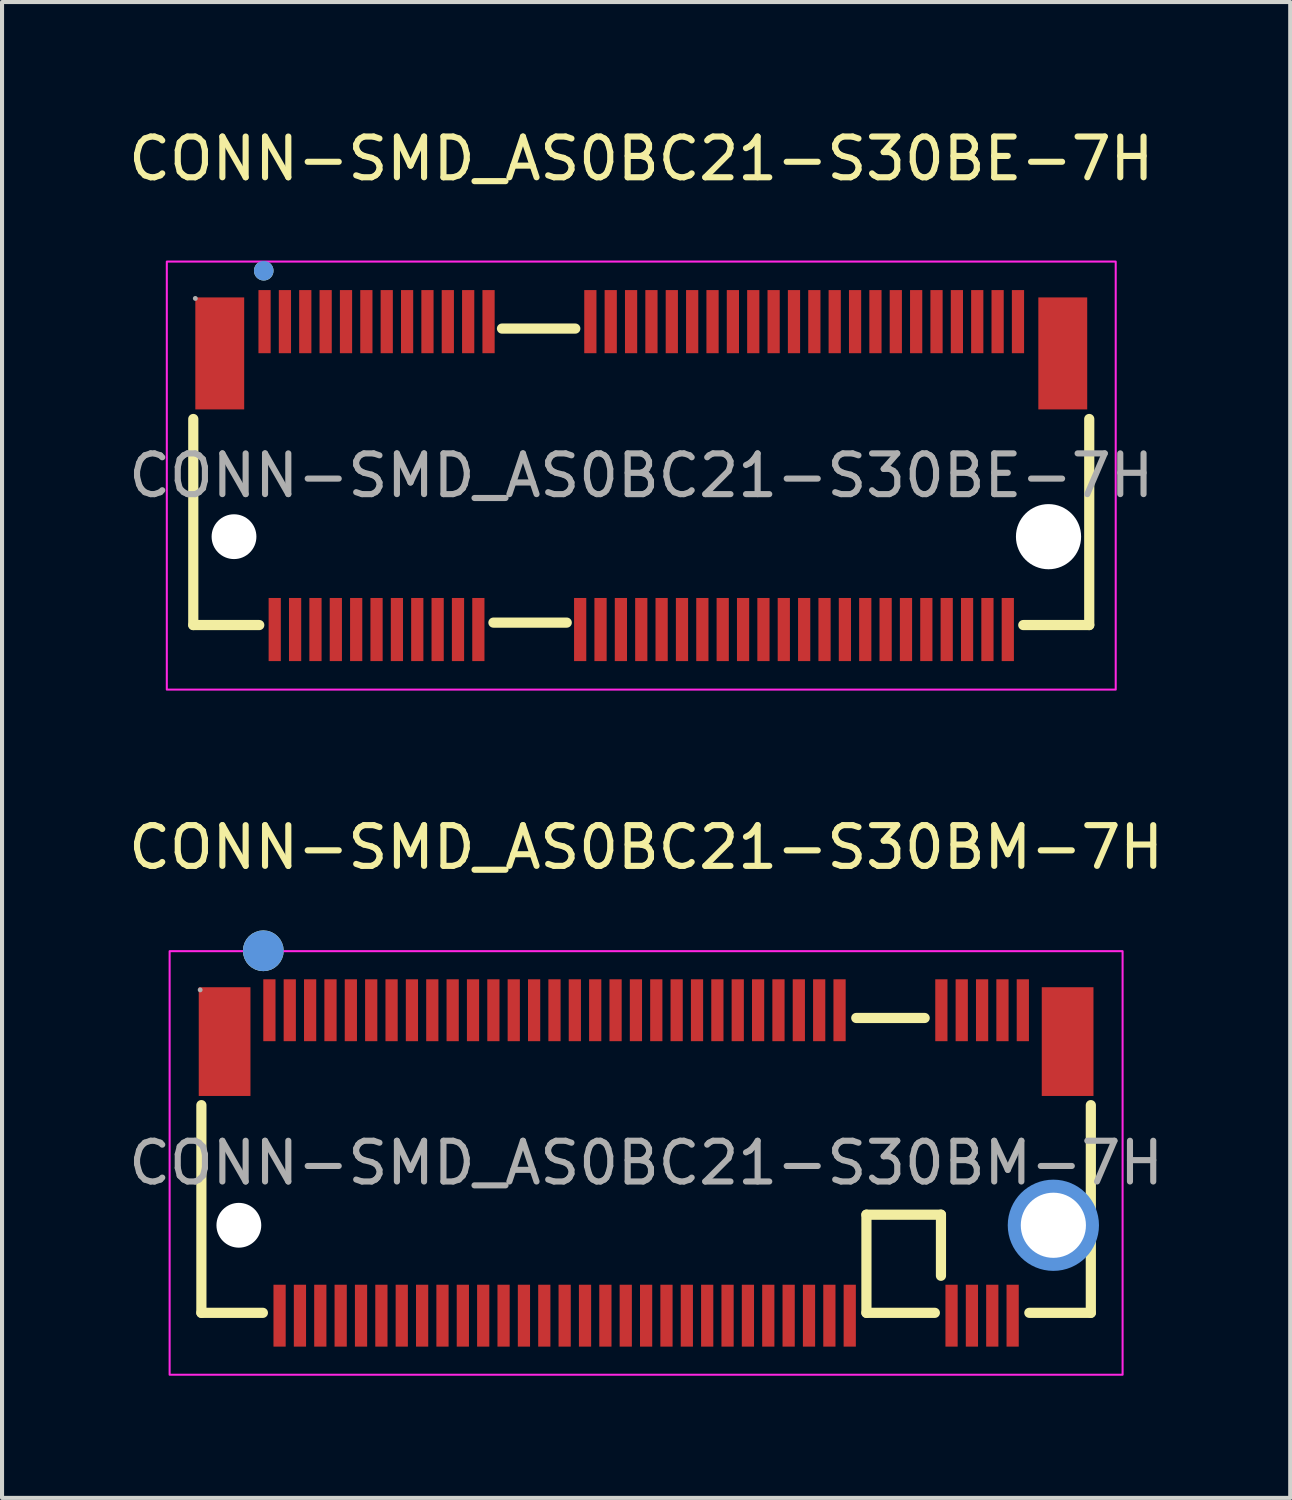
<source format=kicad_pcb>
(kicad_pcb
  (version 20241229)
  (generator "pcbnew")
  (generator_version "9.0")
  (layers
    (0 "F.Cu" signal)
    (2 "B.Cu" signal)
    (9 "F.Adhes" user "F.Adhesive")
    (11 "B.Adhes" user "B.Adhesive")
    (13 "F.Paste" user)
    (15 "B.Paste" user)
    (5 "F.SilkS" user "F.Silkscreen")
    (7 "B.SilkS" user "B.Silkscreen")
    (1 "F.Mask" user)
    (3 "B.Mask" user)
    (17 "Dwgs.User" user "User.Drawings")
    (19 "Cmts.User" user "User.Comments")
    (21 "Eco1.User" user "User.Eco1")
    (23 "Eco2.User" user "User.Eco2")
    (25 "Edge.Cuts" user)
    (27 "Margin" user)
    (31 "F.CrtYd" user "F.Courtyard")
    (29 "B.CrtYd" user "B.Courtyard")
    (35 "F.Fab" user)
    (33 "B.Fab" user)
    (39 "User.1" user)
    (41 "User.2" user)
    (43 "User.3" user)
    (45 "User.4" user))
  (footprint "CONN-SMD_AS0BC21-S30BM-7H"
    (layer "F.Cu")
    (at 12.815 25.506)
    (property "Reference" "CONN-SMD_AS0BC21-S30BM-7H" (at 0 -7.75 0) (layer "F.SilkS") (effects (font (size 1 1) (thickness 0.15))))
    (attr smd)
    (fp_line (start -10.92 3.68) (end -10.92 -1.42) (stroke (width 0.25) (type solid)) (layer "F.SilkS"))
    (fp_line (start -10.92 3.68) (end -9.41 3.68) (stroke (width 0.25) (type solid)) (layer "F.SilkS"))
    (fp_line (start 5.16 -3.56) (end 6.84 -3.56) (stroke (width 0.25) (type solid)) (layer "F.SilkS"))
    (fp_line (start 5.41 1.27) (end 7.24 1.27) (stroke (width 0.25) (type solid)) (layer "F.SilkS"))
    (fp_line (start 5.41 3.68) (end 5.41 1.27) (stroke (width 0.25) (type solid)) (layer "F.SilkS"))
    (fp_line (start 5.41 3.68) (end 7.09 3.68) (stroke (width 0.25) (type solid)) (layer "F.SilkS"))
    (fp_line (start 7.24 1.27) (end 7.24 2.77) (stroke (width 0.25) (type solid)) (layer "F.SilkS"))
    (fp_line (start 9.41 3.68) (end 10.92 3.68) (stroke (width 0.25) (type solid)) (layer "F.SilkS"))
    (fp_line (start 10.92 1.16) (end 10.92 -1.42) (stroke (width 0.25) (type solid)) (layer "F.SilkS"))
    (fp_line (start 10.92 3.68) (end 10.92 1.88) (stroke (width 0.25) (type solid)) (layer "F.SilkS"))
    (fp_circle (center -9.4 -5.21) (end -9.15 -5.21) (stroke (width 0.5) (type solid)) (fill no) (layer "F.SilkS"))
    (fp_circle (center -10.03 1.52) (end -9.78 1.52) (stroke (width 0.5) (type solid)) (fill no) (layer "Cmts.User"))
    (fp_circle (center -9.4 -5.21) (end -9.15 -5.21) (stroke (width 0.5) (type solid)) (fill no) (layer "Cmts.User"))
    (fp_circle (center 10 1.53) (end 10.37 1.53) (stroke (width 0.75) (type solid)) (fill no) (layer "Cmts.User"))
    (fp_rect (start -11.7 5.2) (end 11.7 -5.2) (stroke (width 0.05) (type default)) (fill no) (layer "F.CrtYd"))
    (fp_circle (center -10.95 -4.25) (end -10.92 -4.25) (stroke (width 0.06) (type solid)) (fill no) (layer "F.Fab"))
    (fp_text user "${REFERENCE}" (at 0 0 0) (layer "F.Fab") (effects (font (size 1 1) (thickness 0.15))))
    (pad "" np_thru_hole circle (at -10 1.53) (size 1.1 1.1) (drill 1.1) (layers "*.Cu" "*.Mask"))
    (pad "" np_thru_hole circle (at 10 1.53) (size 1.6 1.6) (drill 1.6) (layers "*.Cu" "*.Mask"))
    (pad "1" smd rect (at -9.25 -3.75 180) (size 0.3 1.52) (layers "F.Cu" "F.Mask" "F.Paste"))
    (pad "2" smd rect (at -9 3.75 180) (size 0.3 1.52) (layers "F.Cu" "F.Mask" "F.Paste"))
    (pad "3" smd rect (at -8.75 -3.75 180) (size 0.3 1.52) (layers "F.Cu" "F.Mask" "F.Paste"))
    (pad "4" smd rect (at -8.5 3.75 180) (size 0.3 1.52) (layers "F.Cu" "F.Mask" "F.Paste"))
    (pad "5" smd rect (at -8.25 -3.75 180) (size 0.3 1.52) (layers "F.Cu" "F.Mask" "F.Paste"))
    (pad "6" smd rect (at -8 3.75 180) (size 0.3 1.52) (layers "F.Cu" "F.Mask" "F.Paste"))
    (pad "7" smd rect (at -7.75 -3.75 180) (size 0.3 1.52) (layers "F.Cu" "F.Mask" "F.Paste"))
    (pad "8" smd rect (at -7.5 3.75 180) (size 0.3 1.52) (layers "F.Cu" "F.Mask" "F.Paste"))
    (pad "9" smd rect (at -7.25 -3.75 180) (size 0.3 1.52) (layers "F.Cu" "F.Mask" "F.Paste"))
    (pad "10" smd rect (at -7 3.75 180) (size 0.3 1.52) (layers "F.Cu" "F.Mask" "F.Paste"))
    (pad "11" smd rect (at -6.75 -3.75 180) (size 0.3 1.52) (layers "F.Cu" "F.Mask" "F.Paste"))
    (pad "12" smd rect (at -6.5 3.75 180) (size 0.3 1.52) (layers "F.Cu" "F.Mask" "F.Paste"))
    (pad "13" smd rect (at -6.25 -3.75 180) (size 0.3 1.52) (layers "F.Cu" "F.Mask" "F.Paste"))
    (pad "14" smd rect (at -6 3.75 180) (size 0.3 1.52) (layers "F.Cu" "F.Mask" "F.Paste"))
    (pad "15" smd rect (at -5.75 -3.75 180) (size 0.3 1.52) (layers "F.Cu" "F.Mask" "F.Paste"))
    (pad "16" smd rect (at -5.5 3.75 180) (size 0.3 1.52) (layers "F.Cu" "F.Mask" "F.Paste"))
    (pad "17" smd rect (at -5.25 -3.75 180) (size 0.3 1.52) (layers "F.Cu" "F.Mask" "F.Paste"))
    (pad "18" smd rect (at -5 3.75 180) (size 0.3 1.52) (layers "F.Cu" "F.Mask" "F.Paste"))
    (pad "19" smd rect (at -4.75 -3.75 180) (size 0.3 1.52) (layers "F.Cu" "F.Mask" "F.Paste"))
    (pad "20" smd rect (at -4.5 3.75 180) (size 0.3 1.52) (layers "F.Cu" "F.Mask" "F.Paste"))
    (pad "21" smd rect (at -4.25 -3.75 180) (size 0.3 1.52) (layers "F.Cu" "F.Mask" "F.Paste"))
    (pad "22" smd rect (at -4 3.75 180) (size 0.3 1.52) (layers "F.Cu" "F.Mask" "F.Paste"))
    (pad "23" smd rect (at -3.75 -3.75 180) (size 0.3 1.52) (layers "F.Cu" "F.Mask" "F.Paste"))
    (pad "24" smd rect (at -3.5 3.75 180) (size 0.3 1.52) (layers "F.Cu" "F.Mask" "F.Paste"))
    (pad "25" smd rect (at -3.25 -3.75 180) (size 0.3 1.52) (layers "F.Cu" "F.Mask" "F.Paste"))
    (pad "26" smd rect (at -3 3.75 180) (size 0.3 1.52) (layers "F.Cu" "F.Mask" "F.Paste"))
    (pad "27" smd rect (at -2.75 -3.75 180) (size 0.3 1.52) (layers "F.Cu" "F.Mask" "F.Paste"))
    (pad "28" smd rect (at -2.5 3.75 180) (size 0.3 1.52) (layers "F.Cu" "F.Mask" "F.Paste"))
    (pad "29" smd rect (at -2.25 -3.75 180) (size 0.3 1.52) (layers "F.Cu" "F.Mask" "F.Paste"))
    (pad "30" smd rect (at -2 3.75 180) (size 0.3 1.52) (layers "F.Cu" "F.Mask" "F.Paste"))
    (pad "31" smd rect (at -1.75 -3.75 180) (size 0.3 1.52) (layers "F.Cu" "F.Mask" "F.Paste"))
    (pad "32" smd rect (at -1.5 3.75 180) (size 0.3 1.52) (layers "F.Cu" "F.Mask" "F.Paste"))
    (pad "33" smd rect (at -1.25 -3.75 180) (size 0.3 1.52) (layers "F.Cu" "F.Mask" "F.Paste"))
    (pad "34" smd rect (at -1 3.75 180) (size 0.3 1.52) (layers "F.Cu" "F.Mask" "F.Paste"))
    (pad "35" smd rect (at -0.75 -3.75 180) (size 0.3 1.52) (layers "F.Cu" "F.Mask" "F.Paste"))
    (pad "36" smd rect (at -0.5 3.75 180) (size 0.3 1.52) (layers "F.Cu" "F.Mask" "F.Paste"))
    (pad "37" smd rect (at -0.25 -3.75 180) (size 0.3 1.52) (layers "F.Cu" "F.Mask" "F.Paste"))
    (pad "38" smd rect (at 0 3.75 180) (size 0.3 1.52) (layers "F.Cu" "F.Mask" "F.Paste"))
    (pad "39" smd rect (at 0.25 -3.75 180) (size 0.3 1.52) (layers "F.Cu" "F.Mask" "F.Paste"))
    (pad "40" smd rect (at 0.5 3.75 180) (size 0.3 1.52) (layers "F.Cu" "F.Mask" "F.Paste"))
    (pad "41" smd rect (at 0.75 -3.75 180) (size 0.3 1.52) (layers "F.Cu" "F.Mask" "F.Paste"))
    (pad "42" smd rect (at 1 3.75 180) (size 0.3 1.52) (layers "F.Cu" "F.Mask" "F.Paste"))
    (pad "43" smd rect (at 1.25 -3.75 180) (size 0.3 1.52) (layers "F.Cu" "F.Mask" "F.Paste"))
    (pad "44" smd rect (at 1.5 3.75 180) (size 0.3 1.52) (layers "F.Cu" "F.Mask" "F.Paste"))
    (pad "45" smd rect (at 1.75 -3.75 180) (size 0.3 1.52) (layers "F.Cu" "F.Mask" "F.Paste"))
    (pad "46" smd rect (at 2 3.75 180) (size 0.3 1.52) (layers "F.Cu" "F.Mask" "F.Paste"))
    (pad "47" smd rect (at 2.25 -3.75 180) (size 0.3 1.52) (layers "F.Cu" "F.Mask" "F.Paste"))
    (pad "48" smd rect (at 2.5 3.75 180) (size 0.3 1.52) (layers "F.Cu" "F.Mask" "F.Paste"))
    (pad "49" smd rect (at 2.75 -3.75 180) (size 0.3 1.52) (layers "F.Cu" "F.Mask" "F.Paste"))
    (pad "50" smd rect (at 3 3.75 180) (size 0.3 1.52) (layers "F.Cu" "F.Mask" "F.Paste"))
    (pad "51" smd rect (at 3.25 -3.75 180) (size 0.3 1.52) (layers "F.Cu" "F.Mask" "F.Paste"))
    (pad "52" smd rect (at 3.5 3.75 180) (size 0.3 1.52) (layers "F.Cu" "F.Mask" "F.Paste"))
    (pad "53" smd rect (at 3.75 -3.75 180) (size 0.3 1.52) (layers "F.Cu" "F.Mask" "F.Paste"))
    (pad "54" smd rect (at 4 3.75 180) (size 0.3 1.52) (layers "F.Cu" "F.Mask" "F.Paste"))
    (pad "55" smd rect (at 4.25 -3.75 180) (size 0.3 1.52) (layers "F.Cu" "F.Mask" "F.Paste"))
    (pad "56" smd rect (at 4.5 3.75 180) (size 0.3 1.52) (layers "F.Cu" "F.Mask" "F.Paste"))
    (pad "57" smd rect (at 4.75 -3.75 180) (size 0.3 1.52) (layers "F.Cu" "F.Mask" "F.Paste"))
    (pad "58" smd rect (at 5 3.75 180) (size 0.3 1.52) (layers "F.Cu" "F.Mask" "F.Paste"))
    (pad "67" smd rect (at 7.25 -3.75 180) (size 0.3 1.52) (layers "F.Cu" "F.Mask" "F.Paste"))
    (pad "68" smd rect (at 7.5 3.75 180) (size 0.3 1.52) (layers "F.Cu" "F.Mask" "F.Paste"))
    (pad "69" smd rect (at 7.75 -3.75 180) (size 0.3 1.52) (layers "F.Cu" "F.Mask" "F.Paste"))
    (pad "70" smd rect (at 8 3.75 180) (size 0.3 1.52) (layers "F.Cu" "F.Mask" "F.Paste"))
    (pad "71" smd rect (at 8.25 -3.75 180) (size 0.3 1.52) (layers "F.Cu" "F.Mask" "F.Paste"))
    (pad "72" smd rect (at 8.5 3.75 180) (size 0.3 1.52) (layers "F.Cu" "F.Mask" "F.Paste"))
    (pad "73" smd rect (at 8.75 -3.75 180) (size 0.3 1.52) (layers "F.Cu" "F.Mask" "F.Paste"))
    (pad "74" smd rect (at 9 3.75 180) (size 0.3 1.52) (layers "F.Cu" "F.Mask" "F.Paste"))
    (pad "75" smd rect (at 9.25 -3.75 180) (size 0.3 1.52) (layers "F.Cu" "F.Mask" "F.Paste"))
    (pad "76" smd rect (at 10.35 -2.98 180) (size 1.27 2.67) (layers "F.Cu" "F.Mask" "F.Paste"))
    (pad "77" smd rect (at -10.35 -2.98) (size 1.27 2.67) (layers "F.Cu" "F.Mask" "F.Paste")))
  (footprint "CONN-SMD_AS0BC21-S30BE-7H"
    (layer "F.Cu")
    (at 12.696 8.628)
    (property "Reference" "CONN-SMD_AS0BC21-S30BE-7H" (at 0 -7.78 0) (layer "F.SilkS") (effects (font (size 1 1) (thickness 0.15))))
    (attr smd)
    (fp_line (start -11 3.67) (end -11 -1.39) (stroke (width 0.25) (type solid)) (layer "F.SilkS"))
    (fp_line (start -11 3.67) (end -9.38 3.67) (stroke (width 0.25) (type solid)) (layer "F.SilkS"))
    (fp_line (start -3.42 -3.61) (end -1.62 -3.61) (stroke (width 0.25) (type solid)) (layer "F.SilkS"))
    (fp_line (start -1.83 3.61) (end -3.63 3.61) (stroke (width 0.25) (type solid)) (layer "F.SilkS"))
    (fp_line (start 9.38 3.67) (end 11 3.67) (stroke (width 0.25) (type solid)) (layer "F.SilkS"))
    (fp_line (start 11 -1.39) (end 11 3.67) (stroke (width 0.25) (type solid)) (layer "F.SilkS"))
    (fp_circle (center -9.27 -5.03) (end -9.15 -5.03) (stroke (width 0.24) (type solid)) (fill no) (layer "F.SilkS"))
    (fp_circle (center -10 1.5) (end -9.76 1.5) (stroke (width 0.48) (type solid)) (fill no) (layer "Cmts.User"))
    (fp_circle (center -9.27 -5.03) (end -9.15 -5.03) (stroke (width 0.24) (type solid)) (fill no) (layer "Cmts.User"))
    (fp_circle (center 10 1.5) (end 10.36 1.5) (stroke (width 0.72) (type solid)) (fill no) (layer "Cmts.User"))
    (fp_rect (start -11.65 5.255) (end 11.65 -5.255) (stroke (width 0.05) (type default)) (fill no) (layer "F.CrtYd"))
    (fp_circle (center -10.95 -4.35) (end -10.92 -4.35) (stroke (width 0.06) (type solid)) (fill no) (layer "F.Fab"))
    (fp_text user "${REFERENCE}" (at 0 0 0) (layer "F.Fab") (effects (font (size 1 1) (thickness 0.15))))
    (pad "" np_thru_hole circle (at -10 1.5) (size 1.1 1.1) (drill 1.1) (layers "*.Cu" "*.Mask"))
    (pad "" np_thru_hole circle (at 10 1.5) (size 1.6 1.6) (drill 1.6) (layers "*.Cu" "*.Mask"))
    (pad "1" smd rect (at -9.25 -3.78) (size 0.3 1.55) (layers "F.Cu" "F.Mask" "F.Paste"))
    (pad "2" smd rect (at -9 3.78) (size 0.3 1.55) (layers "F.Cu" "F.Mask" "F.Paste"))
    (pad "3" smd rect (at -8.75 -3.78) (size 0.3 1.55) (layers "F.Cu" "F.Mask" "F.Paste"))
    (pad "4" smd rect (at -8.5 3.78) (size 0.3 1.55) (layers "F.Cu" "F.Mask" "F.Paste"))
    (pad "5" smd rect (at -8.25 -3.78) (size 0.3 1.55) (layers "F.Cu" "F.Mask" "F.Paste"))
    (pad "6" smd rect (at -8 3.78) (size 0.3 1.55) (layers "F.Cu" "F.Mask" "F.Paste"))
    (pad "7" smd rect (at -7.75 -3.78) (size 0.3 1.55) (layers "F.Cu" "F.Mask" "F.Paste"))
    (pad "8" smd rect (at -7.5 3.78) (size 0.3 1.55) (layers "F.Cu" "F.Mask" "F.Paste"))
    (pad "9" smd rect (at -7.25 -3.78) (size 0.3 1.55) (layers "F.Cu" "F.Mask" "F.Paste"))
    (pad "10" smd rect (at -7 3.78) (size 0.3 1.55) (layers "F.Cu" "F.Mask" "F.Paste"))
    (pad "11" smd rect (at -6.75 -3.78) (size 0.3 1.55) (layers "F.Cu" "F.Mask" "F.Paste"))
    (pad "12" smd rect (at -6.5 3.78) (size 0.3 1.55) (layers "F.Cu" "F.Mask" "F.Paste"))
    (pad "13" smd rect (at -6.25 -3.78) (size 0.3 1.55) (layers "F.Cu" "F.Mask" "F.Paste"))
    (pad "14" smd rect (at -6 3.78) (size 0.3 1.55) (layers "F.Cu" "F.Mask" "F.Paste"))
    (pad "15" smd rect (at -5.75 -3.78) (size 0.3 1.55) (layers "F.Cu" "F.Mask" "F.Paste"))
    (pad "16" smd rect (at -5.5 3.78) (size 0.3 1.55) (layers "F.Cu" "F.Mask" "F.Paste"))
    (pad "17" smd rect (at -5.25 -3.78) (size 0.3 1.55) (layers "F.Cu" "F.Mask" "F.Paste"))
    (pad "18" smd rect (at -5 3.78) (size 0.3 1.55) (layers "F.Cu" "F.Mask" "F.Paste"))
    (pad "19" smd rect (at -4.75 -3.78) (size 0.3 1.55) (layers "F.Cu" "F.Mask" "F.Paste"))
    (pad "20" smd rect (at -4.5 3.78) (size 0.3 1.55) (layers "F.Cu" "F.Mask" "F.Paste"))
    (pad "21" smd rect (at -4.25 -3.78) (size 0.3 1.55) (layers "F.Cu" "F.Mask" "F.Paste"))
    (pad "22" smd rect (at -4 3.78) (size 0.3 1.55) (layers "F.Cu" "F.Mask" "F.Paste"))
    (pad "23" smd rect (at -3.75 -3.78) (size 0.3 1.55) (layers "F.Cu" "F.Mask" "F.Paste"))
    (pad "32" smd rect (at -1.5 3.78) (size 0.3 1.55) (layers "F.Cu" "F.Mask" "F.Paste"))
    (pad "33" smd rect (at -1.25 -3.78) (size 0.3 1.55) (layers "F.Cu" "F.Mask" "F.Paste"))
    (pad "34" smd rect (at -1 3.78) (size 0.3 1.55) (layers "F.Cu" "F.Mask" "F.Paste"))
    (pad "35" smd rect (at -0.75 -3.78) (size 0.3 1.55) (layers "F.Cu" "F.Mask" "F.Paste"))
    (pad "36" smd rect (at -0.5 3.78) (size 0.3 1.55) (layers "F.Cu" "F.Mask" "F.Paste"))
    (pad "37" smd rect (at -0.25 -3.78) (size 0.3 1.55) (layers "F.Cu" "F.Mask" "F.Paste"))
    (pad "38" smd rect (at 0 3.78) (size 0.3 1.55) (layers "F.Cu" "F.Mask" "F.Paste"))
    (pad "39" smd rect (at 0.25 -3.78) (size 0.3 1.55) (layers "F.Cu" "F.Mask" "F.Paste"))
    (pad "40" smd rect (at 0.5 3.78) (size 0.3 1.55) (layers "F.Cu" "F.Mask" "F.Paste"))
    (pad "41" smd rect (at 0.75 -3.78) (size 0.3 1.55) (layers "F.Cu" "F.Mask" "F.Paste"))
    (pad "42" smd rect (at 1 3.78) (size 0.3 1.55) (layers "F.Cu" "F.Mask" "F.Paste"))
    (pad "43" smd rect (at 1.25 -3.78) (size 0.3 1.55) (layers "F.Cu" "F.Mask" "F.Paste"))
    (pad "44" smd rect (at 1.5 3.78) (size 0.3 1.55) (layers "F.Cu" "F.Mask" "F.Paste"))
    (pad "45" smd rect (at 1.75 -3.78) (size 0.3 1.55) (layers "F.Cu" "F.Mask" "F.Paste"))
    (pad "46" smd rect (at 2 3.78) (size 0.3 1.55) (layers "F.Cu" "F.Mask" "F.Paste"))
    (pad "47" smd rect (at 2.25 -3.78) (size 0.3 1.55) (layers "F.Cu" "F.Mask" "F.Paste"))
    (pad "48" smd rect (at 2.5 3.78) (size 0.3 1.55) (layers "F.Cu" "F.Mask" "F.Paste"))
    (pad "49" smd rect (at 2.75 -3.78) (size 0.3 1.55) (layers "F.Cu" "F.Mask" "F.Paste"))
    (pad "50" smd rect (at 3 3.78) (size 0.3 1.55) (layers "F.Cu" "F.Mask" "F.Paste"))
    (pad "51" smd rect (at 3.25 -3.78) (size 0.3 1.55) (layers "F.Cu" "F.Mask" "F.Paste"))
    (pad "52" smd rect (at 3.5 3.78) (size 0.3 1.55) (layers "F.Cu" "F.Mask" "F.Paste"))
    (pad "53" smd rect (at 3.75 -3.78) (size 0.3 1.55) (layers "F.Cu" "F.Mask" "F.Paste"))
    (pad "54" smd rect (at 4 3.78) (size 0.3 1.55) (layers "F.Cu" "F.Mask" "F.Paste"))
    (pad "55" smd rect (at 4.25 -3.78) (size 0.3 1.55) (layers "F.Cu" "F.Mask" "F.Paste"))
    (pad "56" smd rect (at 4.5 3.78) (size 0.3 1.55) (layers "F.Cu" "F.Mask" "F.Paste"))
    (pad "57" smd rect (at 4.75 -3.78) (size 0.3 1.55) (layers "F.Cu" "F.Mask" "F.Paste"))
    (pad "58" smd rect (at 5 3.78) (size 0.3 1.55) (layers "F.Cu" "F.Mask" "F.Paste"))
    (pad "59" smd rect (at 5.25 -3.78) (size 0.3 1.55) (layers "F.Cu" "F.Mask" "F.Paste"))
    (pad "60" smd rect (at 5.5 3.78) (size 0.3 1.55) (layers "F.Cu" "F.Mask" "F.Paste"))
    (pad "61" smd rect (at 5.75 -3.78) (size 0.3 1.55) (layers "F.Cu" "F.Mask" "F.Paste"))
    (pad "62" smd rect (at 6 3.78) (size 0.3 1.55) (layers "F.Cu" "F.Mask" "F.Paste"))
    (pad "63" smd rect (at 6.25 -3.78) (size 0.3 1.55) (layers "F.Cu" "F.Mask" "F.Paste"))
    (pad "64" smd rect (at 6.5 3.78) (size 0.3 1.55) (layers "F.Cu" "F.Mask" "F.Paste"))
    (pad "65" smd rect (at 6.75 -3.78) (size 0.3 1.55) (layers "F.Cu" "F.Mask" "F.Paste"))
    (pad "66" smd rect (at 7 3.78) (size 0.3 1.55) (layers "F.Cu" "F.Mask" "F.Paste"))
    (pad "67" smd rect (at 7.25 -3.78) (size 0.3 1.55) (layers "F.Cu" "F.Mask" "F.Paste"))
    (pad "68" smd rect (at 7.5 3.78) (size 0.3 1.55) (layers "F.Cu" "F.Mask" "F.Paste"))
    (pad "69" smd rect (at 7.75 -3.78) (size 0.3 1.55) (layers "F.Cu" "F.Mask" "F.Paste"))
    (pad "70" smd rect (at 8 3.78) (size 0.3 1.55) (layers "F.Cu" "F.Mask" "F.Paste"))
    (pad "71" smd rect (at 8.25 -3.78) (size 0.3 1.55) (layers "F.Cu" "F.Mask" "F.Paste"))
    (pad "72" smd rect (at 8.5 3.78) (size 0.3 1.55) (layers "F.Cu" "F.Mask" "F.Paste"))
    (pad "73" smd rect (at 8.75 -3.78) (size 0.3 1.55) (layers "F.Cu" "F.Mask" "F.Paste"))
    (pad "74" smd rect (at 9 3.78) (size 0.3 1.55) (layers "F.Cu" "F.Mask" "F.Paste"))
    (pad "75" smd rect (at 9.25 -3.78) (size 0.3 1.55) (layers "F.Cu" "F.Mask" "F.Paste"))
    (pad "76" smd rect (at 10.35 -3) (size 1.2 2.75) (layers "F.Cu" "F.Mask" "F.Paste"))
    (pad "77" smd rect (at -10.35 -3) (size 1.2 2.75) (layers "F.Cu" "F.Mask" "F.Paste")))
  (gr_rect
    (start -3 -3)
    (end 28.631 33.731)
    (stroke (width 0.1) (type default))
    (fill no)
    (layer "Edge.Cuts")))
</source>
